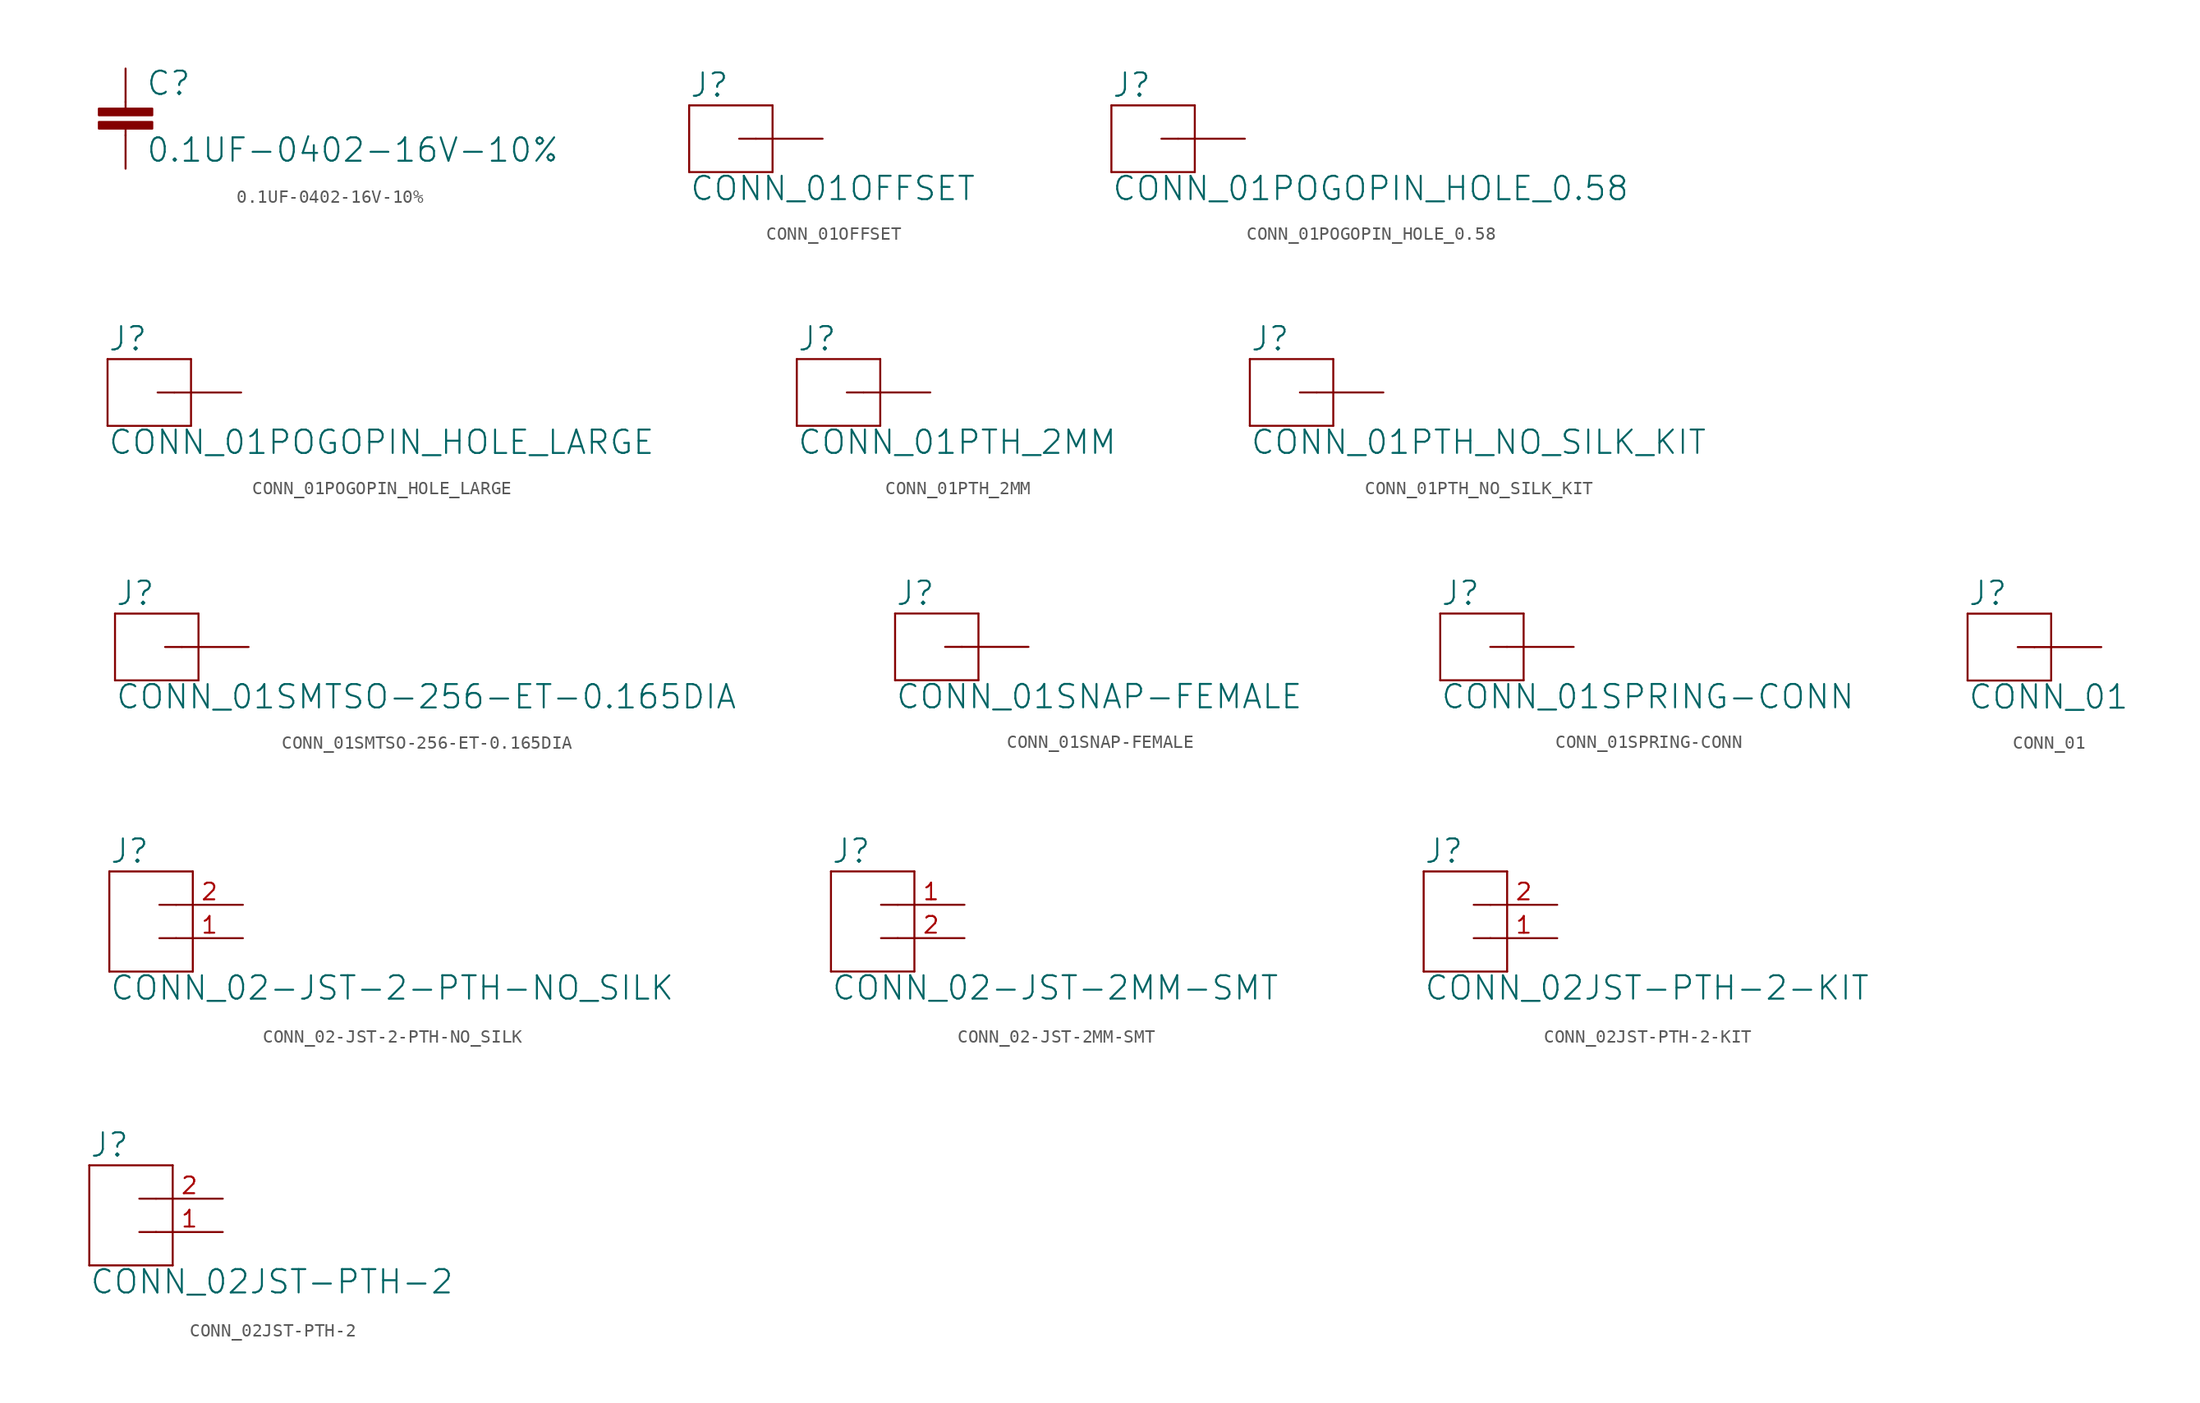
<source format=kicad_sym>
(kicad_symbol_lib
  (version 20211014)
  (generator kicad_symbol_editor)
  (symbol "0.1UF-0402-16V-10%"
    (pin_names
      (offset 1.016))
    (property "Reference" "C"
      (at 1.524 2.921 0)
      (effects (font (size 1.778 1.778)) (justify left bottom)))
    (property "Value" "0.1UF-0402-16V-10%"
      (at 1.524 -2.159 0)
      (effects (font (size 1.778 1.778)) (justify left bottom)))
    (property "ki_locked" ""
      (at 0 0 0)
      (effects (font (size 1.27 1.27))))
    (symbol "0.1UF-0402-16V-10%_1_0"
      (rectangle (start -2.032 0.508) (end 2.032 1.016) (stroke (width 0) (type default) (color 0 0 0 0)) (fill (type outline)))
      (rectangle (start -2.032 1.524) (end 2.032 2.032) (stroke (width 0) (type default) (color 0 0 0 0)) (fill (type outline)))
      (polyline (pts (xy 0 0) (xy 0 0.508)) (stroke (width 0) (type default) (color 0 0 0 0)) (fill (type none)))
      (polyline (pts (xy 0 2.54) (xy 0 2.032)) (stroke (width 0) (type default) (color 0 0 0 0)) (fill (type none)))
      (pin passive line (at 0 5.08 270) (length 2.54) (name "1" (effects (font (size 0 0)))) (number "1" (effects (font (size 0 0)))))
      (pin passive line (at 0 -2.54 90) (length 2.54) (name "2" (effects (font (size 0 0)))) (number "2" (effects (font (size 0 0)))))))
  (symbol "CONN_01OFFSET"
    (pin_names
      (offset 1.016))
    (property "Reference" "J"
      (at -2.54 3.048 0)
      (effects (font (size 1.778 1.778)) (justify left bottom)))
    (property "Value" "CONN_01OFFSET"
      (at -2.54 -4.826 0)
      (effects (font (size 1.778 1.778)) (justify left bottom)))
    (property "ki_locked" ""
      (at 0 0 0)
      (effects (font (size 1.27 1.27))))
    (symbol "CONN_01OFFSET_1_0"
      (polyline (pts (xy -2.54 2.54) (xy -2.54 -2.54)) (stroke (width 0) (type default) (color 0 0 0 0)) (fill (type none)))
      (polyline (pts (xy -2.54 2.54) (xy 3.81 2.54)) (stroke (width 0) (type default) (color 0 0 0 0)) (fill (type none)))
      (polyline (pts (xy 1.27 0) (xy 2.54 0)) (stroke (width 0) (type default) (color 0 0 0 0)) (fill (type none)))
      (polyline (pts (xy 3.81 -2.54) (xy -2.54 -2.54)) (stroke (width 0) (type default) (color 0 0 0 0)) (fill (type none)))
      (polyline (pts (xy 3.81 -2.54) (xy 3.81 2.54)) (stroke (width 0) (type default) (color 0 0 0 0)) (fill (type none)))
      (pin passive line (at 7.62 0 180) (length 5.08) (name "1" (effects (font (size 0 0)))) (number "1" (effects (font (size 0 0)))))))
  (symbol "CONN_01POGOPIN_HOLE_0.58"
    (pin_names
      (offset 1.016))
    (property "Reference" "J"
      (at -2.54 3.048 0)
      (effects (font (size 1.778 1.778)) (justify left bottom)))
    (property "Value" "CONN_01POGOPIN_HOLE_0.58"
      (at -2.54 -4.826 0)
      (effects (font (size 1.778 1.778)) (justify left bottom)))
    (property "ki_locked" ""
      (at 0 0 0)
      (effects (font (size 1.27 1.27))))
    (symbol "CONN_01POGOPIN_HOLE_0.58_1_0"
      (polyline (pts (xy -2.54 2.54) (xy -2.54 -2.54)) (stroke (width 0) (type default) (color 0 0 0 0)) (fill (type none)))
      (polyline (pts (xy -2.54 2.54) (xy 3.81 2.54)) (stroke (width 0) (type default) (color 0 0 0 0)) (fill (type none)))
      (polyline (pts (xy 1.27 0) (xy 2.54 0)) (stroke (width 0) (type default) (color 0 0 0 0)) (fill (type none)))
      (polyline (pts (xy 3.81 -2.54) (xy -2.54 -2.54)) (stroke (width 0) (type default) (color 0 0 0 0)) (fill (type none)))
      (polyline (pts (xy 3.81 -2.54) (xy 3.81 2.54)) (stroke (width 0) (type default) (color 0 0 0 0)) (fill (type none)))
      (pin passive line (at 7.62 0 180) (length 5.08) (name "1" (effects (font (size 0 0)))) (number "1" (effects (font (size 0 0)))))))
  (symbol "CONN_01POGOPIN_HOLE_LARGE"
    (pin_names
      (offset 1.016))
    (property "Reference" "J"
      (at -2.54 3.048 0)
      (effects (font (size 1.778 1.778)) (justify left bottom)))
    (property "Value" "CONN_01POGOPIN_HOLE_LARGE"
      (at -2.54 -4.826 0)
      (effects (font (size 1.778 1.778)) (justify left bottom)))
    (property "ki_locked" ""
      (at 0 0 0)
      (effects (font (size 1.27 1.27))))
    (symbol "CONN_01POGOPIN_HOLE_LARGE_1_0"
      (polyline (pts (xy -2.54 2.54) (xy -2.54 -2.54)) (stroke (width 0) (type default) (color 0 0 0 0)) (fill (type none)))
      (polyline (pts (xy -2.54 2.54) (xy 3.81 2.54)) (stroke (width 0) (type default) (color 0 0 0 0)) (fill (type none)))
      (polyline (pts (xy 1.27 0) (xy 2.54 0)) (stroke (width 0) (type default) (color 0 0 0 0)) (fill (type none)))
      (polyline (pts (xy 3.81 -2.54) (xy -2.54 -2.54)) (stroke (width 0) (type default) (color 0 0 0 0)) (fill (type none)))
      (polyline (pts (xy 3.81 -2.54) (xy 3.81 2.54)) (stroke (width 0) (type default) (color 0 0 0 0)) (fill (type none)))
      (pin passive line (at 7.62 0 180) (length 5.08) (name "1" (effects (font (size 0 0)))) (number "1" (effects (font (size 0 0)))))))
  (symbol "CONN_01PTH_2MM"
    (pin_names
      (offset 1.016))
    (property "Reference" "J"
      (at -2.54 3.048 0)
      (effects (font (size 1.778 1.778)) (justify left bottom)))
    (property "Value" "CONN_01PTH_2MM"
      (at -2.54 -4.826 0)
      (effects (font (size 1.778 1.778)) (justify left bottom)))
    (property "ki_locked" ""
      (at 0 0 0)
      (effects (font (size 1.27 1.27))))
    (symbol "CONN_01PTH_2MM_1_0"
      (polyline (pts (xy -2.54 2.54) (xy -2.54 -2.54)) (stroke (width 0) (type default) (color 0 0 0 0)) (fill (type none)))
      (polyline (pts (xy -2.54 2.54) (xy 3.81 2.54)) (stroke (width 0) (type default) (color 0 0 0 0)) (fill (type none)))
      (polyline (pts (xy 1.27 0) (xy 2.54 0)) (stroke (width 0) (type default) (color 0 0 0 0)) (fill (type none)))
      (polyline (pts (xy 3.81 -2.54) (xy -2.54 -2.54)) (stroke (width 0) (type default) (color 0 0 0 0)) (fill (type none)))
      (polyline (pts (xy 3.81 -2.54) (xy 3.81 2.54)) (stroke (width 0) (type default) (color 0 0 0 0)) (fill (type none)))
      (pin passive line (at 7.62 0 180) (length 5.08) (name "1" (effects (font (size 0 0)))) (number "1" (effects (font (size 0 0)))))))
  (symbol "CONN_01PTH_NO_SILK_KIT"
    (pin_names
      (offset 1.016))
    (property "Reference" "J"
      (at -2.54 3.048 0)
      (effects (font (size 1.778 1.778)) (justify left bottom)))
    (property "Value" "CONN_01PTH_NO_SILK_KIT"
      (at -2.54 -4.826 0)
      (effects (font (size 1.778 1.778)) (justify left bottom)))
    (property "ki_locked" ""
      (at 0 0 0)
      (effects (font (size 1.27 1.27))))
    (symbol "CONN_01PTH_NO_SILK_KIT_1_0"
      (polyline (pts (xy -2.54 2.54) (xy -2.54 -2.54)) (stroke (width 0) (type default) (color 0 0 0 0)) (fill (type none)))
      (polyline (pts (xy -2.54 2.54) (xy 3.81 2.54)) (stroke (width 0) (type default) (color 0 0 0 0)) (fill (type none)))
      (polyline (pts (xy 1.27 0) (xy 2.54 0)) (stroke (width 0) (type default) (color 0 0 0 0)) (fill (type none)))
      (polyline (pts (xy 3.81 -2.54) (xy -2.54 -2.54)) (stroke (width 0) (type default) (color 0 0 0 0)) (fill (type none)))
      (polyline (pts (xy 3.81 -2.54) (xy 3.81 2.54)) (stroke (width 0) (type default) (color 0 0 0 0)) (fill (type none)))
      (pin passive line (at 7.62 0 180) (length 5.08) (name "1" (effects (font (size 0 0)))) (number "1" (effects (font (size 0 0)))))))
  (symbol "CONN_01SMTSO-256-ET-0.165DIA"
    (pin_names
      (offset 1.016))
    (property "Reference" "J"
      (at -2.54 3.048 0)
      (effects (font (size 1.778 1.778)) (justify left bottom)))
    (property "Value" "CONN_01SMTSO-256-ET-0.165DIA"
      (at -2.54 -4.826 0)
      (effects (font (size 1.778 1.778)) (justify left bottom)))
    (property "ki_locked" ""
      (at 0 0 0)
      (effects (font (size 1.27 1.27))))
    (symbol "CONN_01SMTSO-256-ET-0.165DIA_1_0"
      (polyline (pts (xy -2.54 2.54) (xy -2.54 -2.54)) (stroke (width 0) (type default) (color 0 0 0 0)) (fill (type none)))
      (polyline (pts (xy -2.54 2.54) (xy 3.81 2.54)) (stroke (width 0) (type default) (color 0 0 0 0)) (fill (type none)))
      (polyline (pts (xy 1.27 0) (xy 2.54 0)) (stroke (width 0) (type default) (color 0 0 0 0)) (fill (type none)))
      (polyline (pts (xy 3.81 -2.54) (xy -2.54 -2.54)) (stroke (width 0) (type default) (color 0 0 0 0)) (fill (type none)))
      (polyline (pts (xy 3.81 -2.54) (xy 3.81 2.54)) (stroke (width 0) (type default) (color 0 0 0 0)) (fill (type none)))
      (pin passive line (at 7.62 0 180) (length 5.08) (name "1" (effects (font (size 0 0)))) (number "P$1" (effects (font (size 0 0)))))))
  (symbol "CONN_01SNAP-FEMALE"
    (pin_names
      (offset 1.016))
    (property "Reference" "J"
      (at -2.54 3.048 0)
      (effects (font (size 1.778 1.778)) (justify left bottom)))
    (property "Value" "CONN_01SNAP-FEMALE"
      (at -2.54 -4.826 0)
      (effects (font (size 1.778 1.778)) (justify left bottom)))
    (property "ki_locked" ""
      (at 0 0 0)
      (effects (font (size 1.27 1.27))))
    (symbol "CONN_01SNAP-FEMALE_1_0"
      (polyline (pts (xy -2.54 2.54) (xy -2.54 -2.54)) (stroke (width 0) (type default) (color 0 0 0 0)) (fill (type none)))
      (polyline (pts (xy -2.54 2.54) (xy 3.81 2.54)) (stroke (width 0) (type default) (color 0 0 0 0)) (fill (type none)))
      (polyline (pts (xy 1.27 0) (xy 2.54 0)) (stroke (width 0) (type default) (color 0 0 0 0)) (fill (type none)))
      (polyline (pts (xy 3.81 -2.54) (xy -2.54 -2.54)) (stroke (width 0) (type default) (color 0 0 0 0)) (fill (type none)))
      (polyline (pts (xy 3.81 -2.54) (xy 3.81 2.54)) (stroke (width 0) (type default) (color 0 0 0 0)) (fill (type none)))
      (pin passive line (at 7.62 0 180) (length 5.08) (name "1" (effects (font (size 0 0)))) (number "1" (effects (font (size 0 0)))))))
  (symbol "CONN_01SPRING-CONN"
    (pin_names
      (offset 1.016))
    (property "Reference" "J"
      (at -2.54 3.048 0)
      (effects (font (size 1.778 1.778)) (justify left bottom)))
    (property "Value" "CONN_01SPRING-CONN"
      (at -2.54 -4.826 0)
      (effects (font (size 1.778 1.778)) (justify left bottom)))
    (property "ki_locked" ""
      (at 0 0 0)
      (effects (font (size 1.27 1.27))))
    (symbol "CONN_01SPRING-CONN_1_0"
      (polyline (pts (xy -2.54 2.54) (xy -2.54 -2.54)) (stroke (width 0) (type default) (color 0 0 0 0)) (fill (type none)))
      (polyline (pts (xy -2.54 2.54) (xy 3.81 2.54)) (stroke (width 0) (type default) (color 0 0 0 0)) (fill (type none)))
      (polyline (pts (xy 1.27 0) (xy 2.54 0)) (stroke (width 0) (type default) (color 0 0 0 0)) (fill (type none)))
      (polyline (pts (xy 3.81 -2.54) (xy -2.54 -2.54)) (stroke (width 0) (type default) (color 0 0 0 0)) (fill (type none)))
      (polyline (pts (xy 3.81 -2.54) (xy 3.81 2.54)) (stroke (width 0) (type default) (color 0 0 0 0)) (fill (type none)))
      (pin passive line (at 7.62 0 180) (length 5.08) (name "1" (effects (font (size 0 0)))) (number "P$2" (effects (font (size 0 0)))))))
  (symbol "CONN_01"
    (pin_names
      (offset 1.016))
    (property "Reference" "J"
      (at -2.54 3.048 0)
      (effects (font (size 1.778 1.778)) (justify left bottom)))
    (property "Value" "CONN_01"
      (at -2.54 -4.826 0)
      (effects (font (size 1.778 1.778)) (justify left bottom)))
    (property "ki_locked" ""
      (at 0 0 0)
      (effects (font (size 1.27 1.27))))
    (symbol "CONN_01_1_0"
      (polyline (pts (xy -2.54 2.54) (xy -2.54 -2.54)) (stroke (width 0) (type default) (color 0 0 0 0)) (fill (type none)))
      (polyline (pts (xy -2.54 2.54) (xy 3.81 2.54)) (stroke (width 0) (type default) (color 0 0 0 0)) (fill (type none)))
      (polyline (pts (xy 1.27 0) (xy 2.54 0)) (stroke (width 0) (type default) (color 0 0 0 0)) (fill (type none)))
      (polyline (pts (xy 3.81 -2.54) (xy -2.54 -2.54)) (stroke (width 0) (type default) (color 0 0 0 0)) (fill (type none)))
      (polyline (pts (xy 3.81 -2.54) (xy 3.81 2.54)) (stroke (width 0) (type default) (color 0 0 0 0)) (fill (type none)))
      (pin passive line (at 7.62 0 180) (length 5.08) (name "1" (effects (font (size 0 0)))) (number "1" (effects (font (size 0 0)))))))
  (symbol "CONN_02-JST-2-PTH-NO_SILK"
    (pin_names
      (offset 1.016))
    (property "Reference" "J"
      (at -2.54 5.588 0)
      (effects (font (size 1.778 1.778)) (justify left bottom)))
    (property "Value" "CONN_02-JST-2-PTH-NO_SILK"
      (at -2.54 -4.826 0)
      (effects (font (size 1.778 1.778)) (justify left bottom)))
    (property "ki_locked" ""
      (at 0 0 0)
      (effects (font (size 1.27 1.27))))
    (symbol "CONN_02-JST-2-PTH-NO_SILK_1_0"
      (polyline (pts (xy -2.54 5.08) (xy -2.54 -2.54)) (stroke (width 0) (type default) (color 0 0 0 0)) (fill (type none)))
      (polyline (pts (xy -2.54 5.08) (xy 3.81 5.08)) (stroke (width 0) (type default) (color 0 0 0 0)) (fill (type none)))
      (polyline (pts (xy 1.27 0) (xy 2.54 0)) (stroke (width 0) (type default) (color 0 0 0 0)) (fill (type none)))
      (polyline (pts (xy 1.27 2.54) (xy 2.54 2.54)) (stroke (width 0) (type default) (color 0 0 0 0)) (fill (type none)))
      (polyline (pts (xy 3.81 -2.54) (xy -2.54 -2.54)) (stroke (width 0) (type default) (color 0 0 0 0)) (fill (type none)))
      (polyline (pts (xy 3.81 -2.54) (xy 3.81 5.08)) (stroke (width 0) (type default) (color 0 0 0 0)) (fill (type none)))
      (pin passive line (at 7.62 0 180) (length 5.08) (name "1" (effects (font (size 0 0)))) (number "1" (effects (font (size 1.27 1.27)))))
      (pin passive line (at 7.62 2.54 180) (length 5.08) (name "2" (effects (font (size 0 0)))) (number "2" (effects (font (size 1.27 1.27)))))))
  (symbol "CONN_02-JST-2MM-SMT"
    (pin_names
      (offset 1.016))
    (property "Reference" "J"
      (at -2.54 5.588 0)
      (effects (font (size 1.778 1.778)) (justify left bottom)))
    (property "Value" "CONN_02-JST-2MM-SMT"
      (at -2.54 -4.826 0)
      (effects (font (size 1.778 1.778)) (justify left bottom)))
    (property "ki_locked" ""
      (at 0 0 0)
      (effects (font (size 1.27 1.27))))
    (symbol "CONN_02-JST-2MM-SMT_1_0"
      (polyline (pts (xy -2.54 5.08) (xy -2.54 -2.54)) (stroke (width 0) (type default) (color 0 0 0 0)) (fill (type none)))
      (polyline (pts (xy -2.54 5.08) (xy 3.81 5.08)) (stroke (width 0) (type default) (color 0 0 0 0)) (fill (type none)))
      (polyline (pts (xy 1.27 0) (xy 2.54 0)) (stroke (width 0) (type default) (color 0 0 0 0)) (fill (type none)))
      (polyline (pts (xy 1.27 2.54) (xy 2.54 2.54)) (stroke (width 0) (type default) (color 0 0 0 0)) (fill (type none)))
      (polyline (pts (xy 3.81 -2.54) (xy -2.54 -2.54)) (stroke (width 0) (type default) (color 0 0 0 0)) (fill (type none)))
      (polyline (pts (xy 3.81 -2.54) (xy 3.81 5.08)) (stroke (width 0) (type default) (color 0 0 0 0)) (fill (type none)))
      (pin passive line (at 7.62 2.54 180) (length 5.08) (name "2" (effects (font (size 0 0)))) (number "1" (effects (font (size 1.27 1.27)))))
      (pin passive line (at 7.62 0 180) (length 5.08) (name "1" (effects (font (size 0 0)))) (number "2" (effects (font (size 1.27 1.27)))))))
  (symbol "CONN_02JST-PTH-2-KIT"
    (pin_names
      (offset 1.016))
    (property "Reference" "J"
      (at -2.54 5.588 0)
      (effects (font (size 1.778 1.778)) (justify left bottom)))
    (property "Value" "CONN_02JST-PTH-2-KIT"
      (at -2.54 -4.826 0)
      (effects (font (size 1.778 1.778)) (justify left bottom)))
    (property "ki_locked" ""
      (at 0 0 0)
      (effects (font (size 1.27 1.27))))
    (symbol "CONN_02JST-PTH-2-KIT_1_0"
      (polyline (pts (xy -2.54 5.08) (xy -2.54 -2.54)) (stroke (width 0) (type default) (color 0 0 0 0)) (fill (type none)))
      (polyline (pts (xy -2.54 5.08) (xy 3.81 5.08)) (stroke (width 0) (type default) (color 0 0 0 0)) (fill (type none)))
      (polyline (pts (xy 1.27 0) (xy 2.54 0)) (stroke (width 0) (type default) (color 0 0 0 0)) (fill (type none)))
      (polyline (pts (xy 1.27 2.54) (xy 2.54 2.54)) (stroke (width 0) (type default) (color 0 0 0 0)) (fill (type none)))
      (polyline (pts (xy 3.81 -2.54) (xy -2.54 -2.54)) (stroke (width 0) (type default) (color 0 0 0 0)) (fill (type none)))
      (polyline (pts (xy 3.81 -2.54) (xy 3.81 5.08)) (stroke (width 0) (type default) (color 0 0 0 0)) (fill (type none)))
      (pin passive line (at 7.62 0 180) (length 5.08) (name "1" (effects (font (size 0 0)))) (number "1" (effects (font (size 1.27 1.27)))))
      (pin passive line (at 7.62 2.54 180) (length 5.08) (name "2" (effects (font (size 0 0)))) (number "2" (effects (font (size 1.27 1.27)))))))
  (symbol "CONN_02JST-PTH-2"
    (pin_names
      (offset 1.016))
    (property "Reference" "J"
      (at -2.54 5.588 0)
      (effects (font (size 1.778 1.778)) (justify left bottom)))
    (property "Value" "CONN_02JST-PTH-2"
      (at -2.54 -4.826 0)
      (effects (font (size 1.778 1.778)) (justify left bottom)))
    (property "ki_locked" ""
      (at 0 0 0)
      (effects (font (size 1.27 1.27))))
    (symbol "CONN_02JST-PTH-2_1_0"
      (polyline (pts (xy -2.54 5.08) (xy -2.54 -2.54)) (stroke (width 0) (type default) (color 0 0 0 0)) (fill (type none)))
      (polyline (pts (xy -2.54 5.08) (xy 3.81 5.08)) (stroke (width 0) (type default) (color 0 0 0 0)) (fill (type none)))
      (polyline (pts (xy 1.27 0) (xy 2.54 0)) (stroke (width 0) (type default) (color 0 0 0 0)) (fill (type none)))
      (polyline (pts (xy 1.27 2.54) (xy 2.54 2.54)) (stroke (width 0) (type default) (color 0 0 0 0)) (fill (type none)))
      (polyline (pts (xy 3.81 -2.54) (xy -2.54 -2.54)) (stroke (width 0) (type default) (color 0 0 0 0)) (fill (type none)))
      (polyline (pts (xy 3.81 -2.54) (xy 3.81 5.08)) (stroke (width 0) (type default) (color 0 0 0 0)) (fill (type none)))
      (pin passive line (at 7.62 0 180) (length 5.08) (name "1" (effects (font (size 0 0)))) (number "1" (effects (font (size 1.27 1.27)))))
      (pin passive line (at 7.62 2.54 180) (length 5.08) (name "2" (effects (font (size 0 0)))) (number "2" (effects (font (size 1.27 1.27))))))))
</source>
